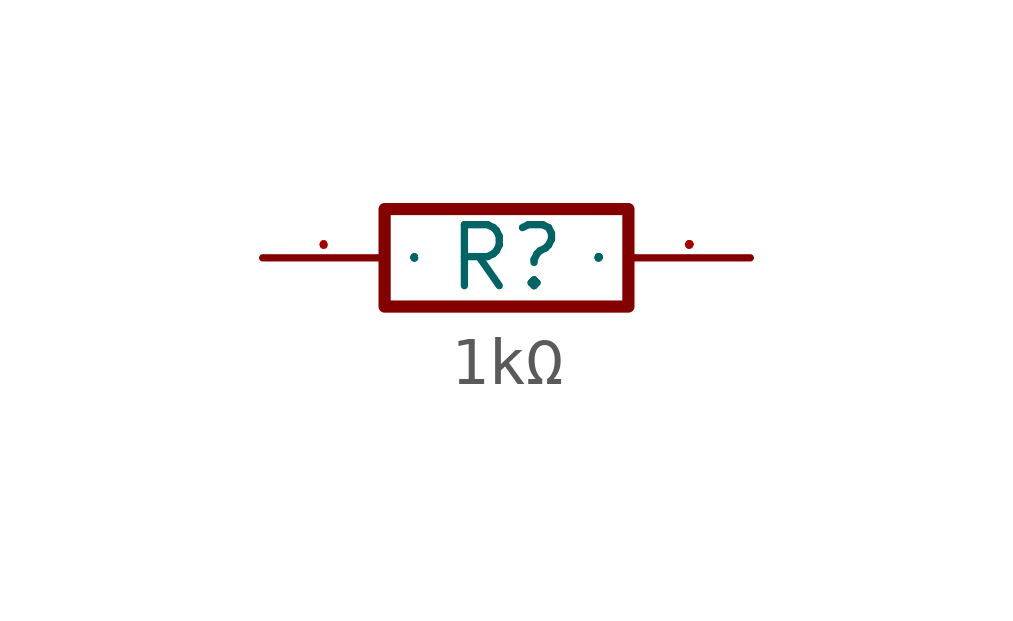
<source format=kicad_sym>
(kicad_symbol_lib
  (version 20241209)
  (generator "kicad_symbol_editor")
  (generator_version "9.0")
  (symbol "1kΩ"
    (property "Reference" "R"
      (at 0 0 0)
      (effects (font (size 1.27 1.27))))
    (property "Value" ""
      (at 0 0 0)
      (effects (font (size 1.27 1.27))))
    (symbol "1kΩ_1_0"
      (rectangle (start -2.54 1.016) (end 2.54 -1.016) (stroke (width 0.254) (type default)) (fill (type none)))
      (pin unspecified line (at -5.08 0 0) (length 2.54) (name "1" (effects (font (size 0.025 0.025)))) (number "1" (effects (font (size 0.025 0.025)))))
      (pin unspecified line (at 5.08 0 180) (length 2.54) (name "2" (effects (font (size 0.025 0.025)))) (number "2" (effects (font (size 0.025 0.025))))))))
</source>
